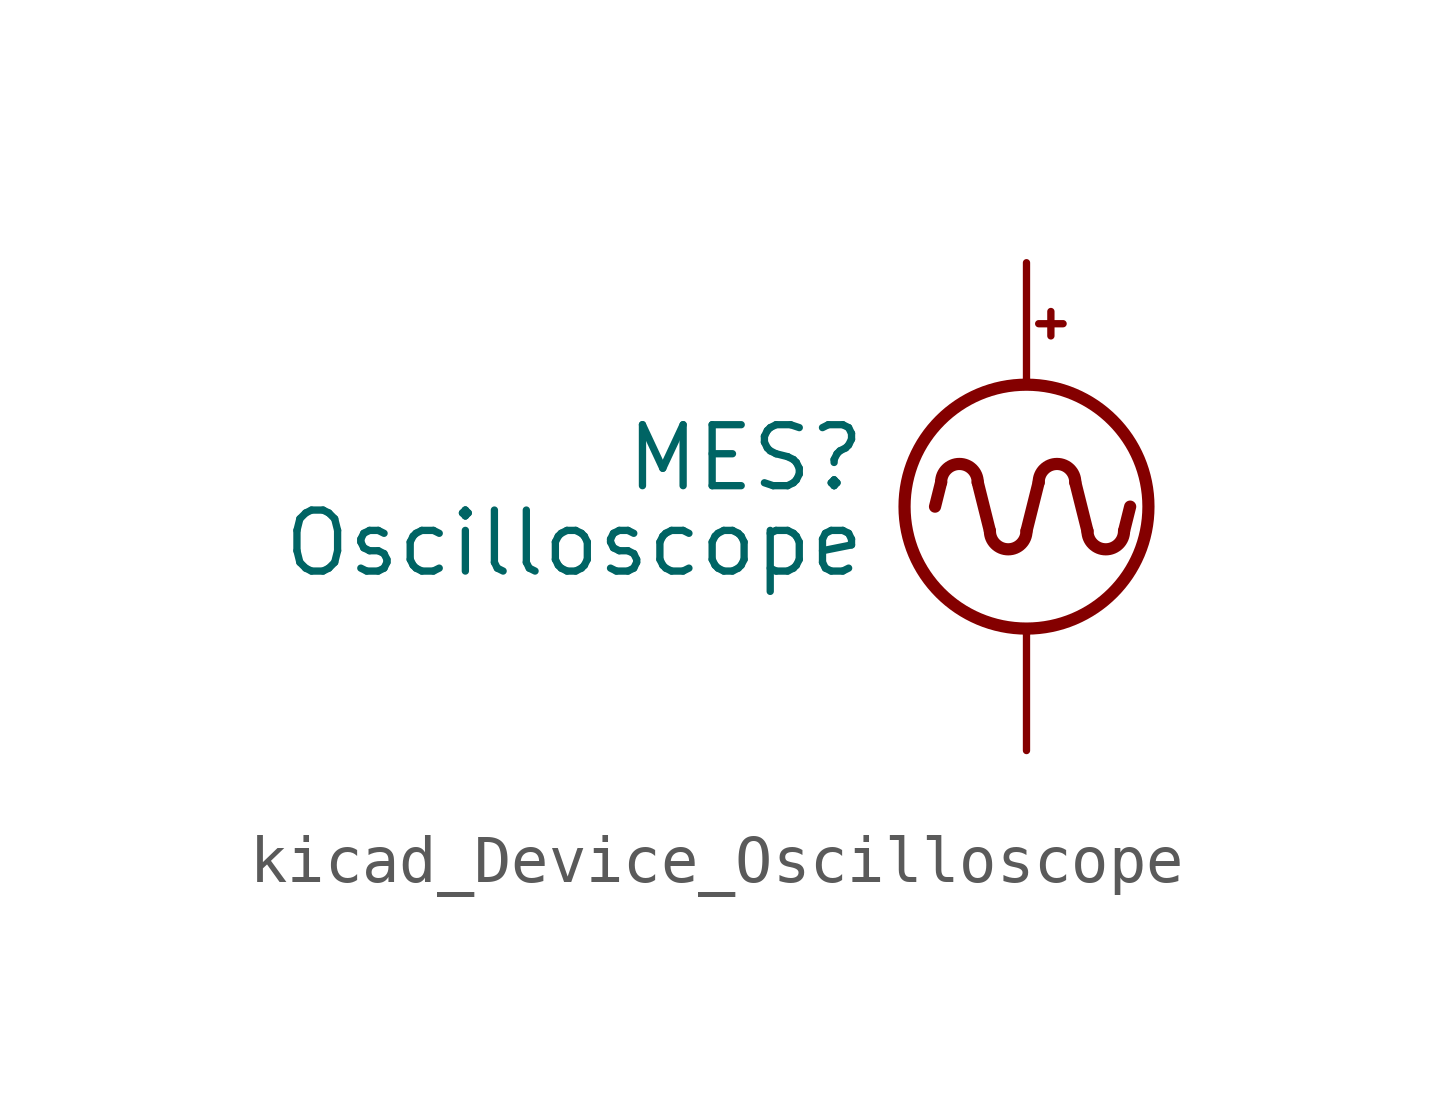
<source format=kicad_sym>
(kicad_symbol_lib
  (version 20220914)
  (generator kicad_symbol_editor)
  (symbol "kicad_Device_Oscilloscope"
    (pin_numbers hide)
    (pin_names
      (offset 0.025) hide)
    (property "Reference" "MES"
      (at -3.302 1.016 0)
      (effects (font (size 1.27 1.27)) (justify right)))
    (property "Value" "Oscilloscope"
      (at -3.302 -0.762 0)
      (effects (font (size 1.27 1.27)) (justify right)))
    (symbol "kicad_Device_Oscilloscope_0_0"
      (arc (start -1.016 0.508) (mid -1.397 0.8874) (end -1.778 0.508) (stroke (width 0.254) (type default)) (fill (type none)))
      (arc (start -0.762 -0.508) (mid -0.381 -0.8874) (end 0 -0.508) (stroke (width 0.254) (type default)) (fill (type none)))
      (polyline (pts (xy -1.778 0.508) (xy -1.905 0)) (stroke (width 0.254) (type default)) (fill (type none)))
      (polyline (pts (xy -1.016 0.508) (xy -0.762 -0.508)) (stroke (width 0.254) (type default)) (fill (type none)))
      (polyline (pts (xy 0 -0.508) (xy 0.254 0.508)) (stroke (width 0.254) (type default)) (fill (type none)))
      (polyline (pts (xy 1.016 0.508) (xy 1.27 -0.508)) (stroke (width 0.254) (type default)) (fill (type none)))
      (polyline (pts (xy 2.032 -0.508) (xy 2.159 0)) (stroke (width 0.254) (type default)) (fill (type none)))
      (arc (start 1.016 0.508) (mid 0.635 0.8874) (end 0.254 0.508) (stroke (width 0.254) (type default)) (fill (type none)))
      (arc (start 1.27 -0.508) (mid 1.651 -0.8874) (end 2.032 -0.508) (stroke (width 0.254) (type default)) (fill (type none))))
    (symbol "kicad_Device_Oscilloscope_0_1"
      (polyline (pts (xy 0.254 3.81) (xy 0.762 3.81)) (stroke (width 0) (type default)) (fill (type none)))
      (polyline (pts (xy 0.508 4.064) (xy 0.508 3.556)) (stroke (width 0) (type default)) (fill (type none)))
      (circle (center 0 0) (radius 2.54) (stroke (width 0.254) (type default)) (fill (type none))))
    (symbol "kicad_Device_Oscilloscope_1_1"
      (pin passive line (at 0 -5.08 90) (length 2.54) (name "-" (effects (font (size 1.27 1.27)))) (number "1" (effects (font (size 1.27 1.27)))))
      (pin passive line (at 0 5.08 270) (length 2.54) (name "+" (effects (font (size 1.27 1.27)))) (number "2" (effects (font (size 1.27 1.27))))))))
</source>
